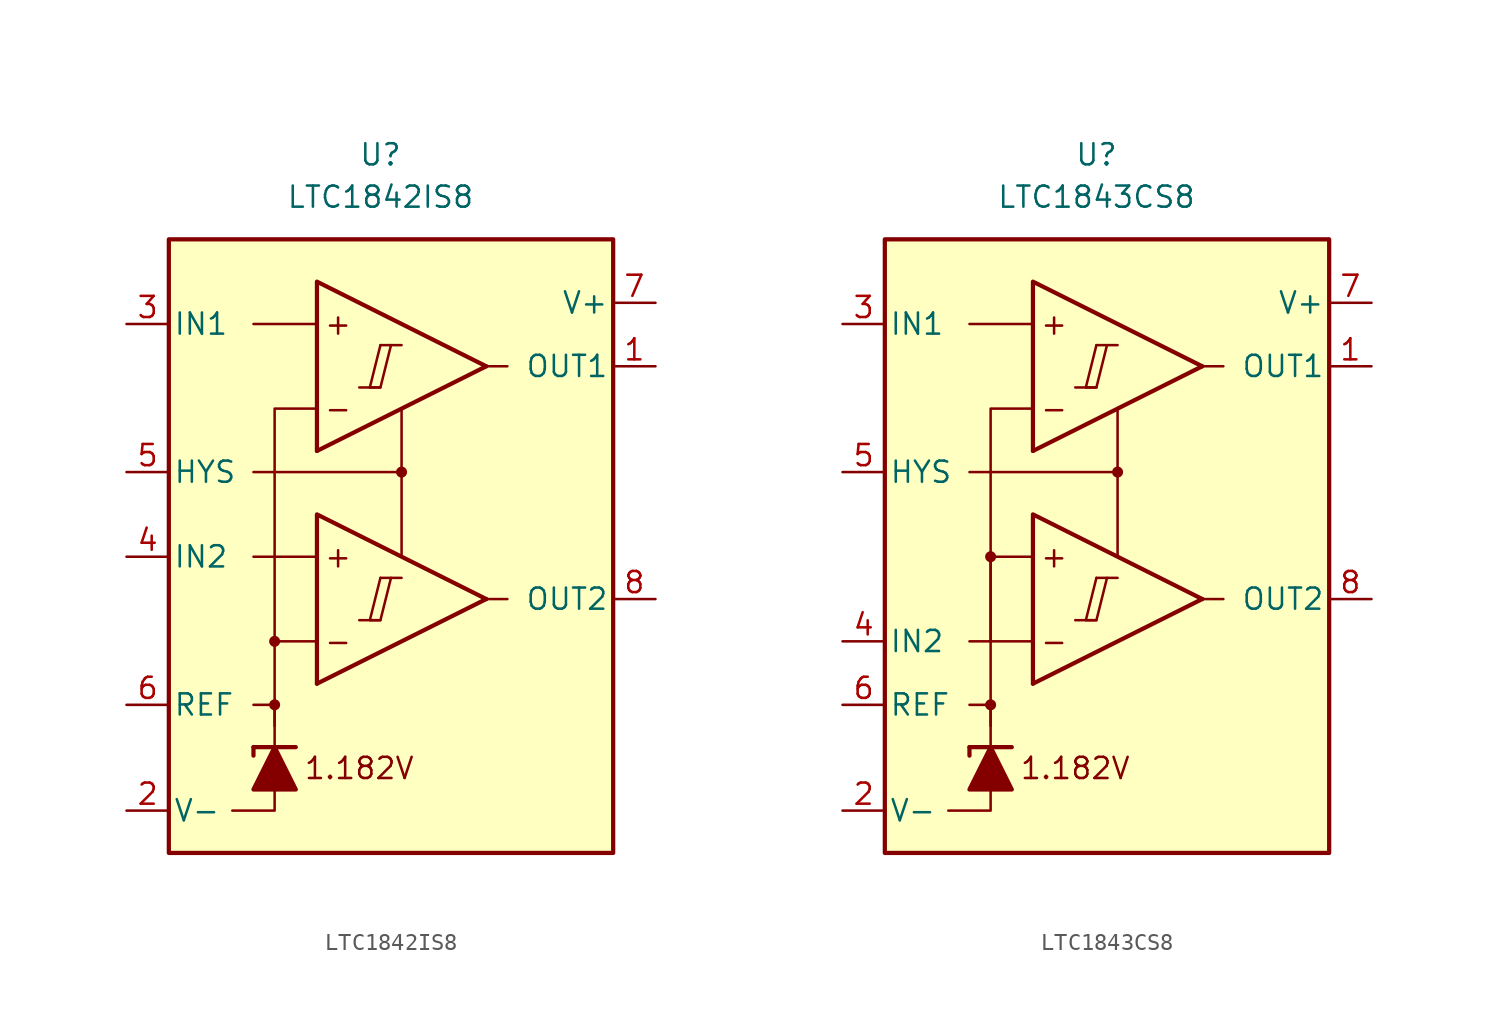
<source format=kicad_sym>
(kicad_symbol_lib
  (version 20211014)
  (generator kicad_symbol_editor)
  (symbol "LTC1842IS8"
    (pin_names
      (offset 0.254))
    (property "Reference" "U"
      (at -1.27 22.86 0)
      (effects (font (size 1.27 1.27))))
    (property "Value" "LTC1842IS8"
      (at -1.27 20.32 0)
      (effects (font (size 1.27 1.27))))
    (symbol "LTC1842IS8_0_0"
      (rectangle (start -13.97 17.78) (end 12.7 -19.05) (stroke (width 0.254) (type default) (color 0 0 0 0)) (fill (type background)))
      (circle (center -7.62 -10.16) (radius 0.254) (stroke (width 0.152) (type default) (color 0 0 0 0)) (fill (type outline)))
      (circle (center -7.62 -6.35) (radius 0.254) (stroke (width 0.152) (type default) (color 0 0 0 0)) (fill (type outline)))
      (polyline (pts (xy -2.54 -5.08) (xy -1.27 -5.08)) (stroke (width 0.152) (type default) (color 0 0 0 0)) (fill (type none)))
      (polyline (pts (xy -2.54 8.89) (xy -1.27 8.89)) (stroke (width 0.152) (type default) (color 0 0 0 0)) (fill (type none)))
      (polyline (pts (xy -1.27 -2.54) (xy 0 -2.54)) (stroke (width 0.152) (type default) (color 0 0 0 0)) (fill (type none)))
      (polyline (pts (xy -1.27 11.43) (xy 0 11.43)) (stroke (width 0.152) (type default) (color 0 0 0 0)) (fill (type none)))
      (polyline (pts (xy 5.08 -3.81) (xy -5.08 -8.89)) (stroke (width 0.254) (type default) (color 0 0 0 0)) (fill (type none)))
      (polyline (pts (xy 5.08 10.16) (xy -5.08 5.08)) (stroke (width 0.254) (type default) (color 0 0 0 0)) (fill (type none)))
      (polyline (pts (xy 5.08 -3.81) (xy -5.08 1.27) (xy -5.08 -8.89)) (stroke (width 0.254) (type default) (color 0 0 0 0)) (fill (type background)))
      (polyline (pts (xy 5.08 10.16) (xy -5.08 15.24) (xy -5.08 5.08)) (stroke (width 0.254) (type default) (color 0 0 0 0)) (fill (type background)))
      (polyline (pts (xy -1.27 -2.54) (xy -1.905 -5.08) (xy -1.27 -5.08) (xy -0.635 -2.54)) (stroke (width 0.152) (type default) (color 0 0 0 0)) (fill (type none)))
      (polyline (pts (xy -1.27 11.43) (xy -1.905 8.89) (xy -1.27 8.89) (xy -0.635 11.43)) (stroke (width 0.152) (type default) (color 0 0 0 0)) (fill (type none)))
      (circle (center 0 3.81) (radius 0.254) (stroke (width 0.152) (type default) (color 0 0 0 0)) (fill (type outline)))
      (text "+" (at -3.81 -1.27 0) (effects (font (size 1.27 1.27))))
      (text "+" (at -3.81 12.7 0) (effects (font (size 1.27 1.27))))
      (text "-" (at -3.81 -6.35 0) (effects (font (size 1.27 1.27))))
      (text "-" (at -3.81 7.62 0) (effects (font (size 1.27 1.27))))
      (text "1.182V" (at -2.54 -13.97 0) (effects (font (size 1.27 1.27)))))
    (symbol "LTC1842IS8_0_1"
      (polyline (pts (xy -8.89 -12.7) (xy -8.89 -13.208)) (stroke (width 0.254) (type default) (color 0 0 0 0)) (fill (type none)))
      (polyline (pts (xy -8.89 -12.7) (xy -6.35 -12.7)) (stroke (width 0.254) (type default) (color 0 0 0 0)) (fill (type none)))
      (polyline (pts (xy -5.08 -1.27) (xy -8.89 -1.27)) (stroke (width 0) (type default) (color 0 0 0 0)) (fill (type none)))
      (polyline (pts (xy -5.08 12.7) (xy -8.89 12.7)) (stroke (width 0) (type default) (color 0 0 0 0)) (fill (type none)))
      (polyline (pts (xy 0 3.81) (xy 0 -1.27)) (stroke (width 0) (type default) (color 0 0 0 0)) (fill (type none)))
      (polyline (pts (xy 5.08 -3.81) (xy 6.35 -3.81)) (stroke (width 0) (type default) (color 0 0 0 0)) (fill (type none)))
      (polyline (pts (xy 5.08 10.16) (xy 6.35 10.16)) (stroke (width 0) (type default) (color 0 0 0 0)) (fill (type none)))
      (polyline (pts (xy -7.62 -15.24) (xy -7.62 -16.51) (xy -10.16 -16.51)) (stroke (width 0) (type default) (color 0 0 0 0)) (fill (type none)))
      (polyline (pts (xy -7.62 -12.7) (xy -7.62 -10.16) (xy -8.89 -10.16)) (stroke (width 0) (type default) (color 0 0 0 0)) (fill (type none)))
      (polyline (pts (xy -7.62 -11.43) (xy -7.62 -6.35) (xy -5.08 -6.35)) (stroke (width 0) (type default) (color 0 0 0 0)) (fill (type none)))
      (polyline (pts (xy -7.62 -6.35) (xy -7.62 7.62) (xy -5.08 7.62)) (stroke (width 0) (type default) (color 0 0 0 0)) (fill (type none)))
      (polyline (pts (xy 0 7.62) (xy 0 3.81) (xy -8.89 3.81)) (stroke (width 0) (type default) (color 0 0 0 0)) (fill (type none)))
      (polyline (pts (xy -6.35 -15.24) (xy -8.89 -15.24) (xy -7.62 -12.7) (xy -6.35 -15.24)) (stroke (width 0.254) (type default) (color 0 0 0 0)) (fill (type outline))))
    (symbol "LTC1842IS8_1_1"
      (pin output line (at 15.24 10.16 180) (length 2.54) (name "OUT1" (effects (font (size 1.27 1.27)))) (number "1" (effects (font (size 1.27 1.27)))))
      (pin power_in line (at -16.51 -16.51 0) (length 2.54) (name "V-" (effects (font (size 1.27 1.27)))) (number "2" (effects (font (size 1.27 1.27)))))
      (pin input line (at -16.51 12.7 0) (length 2.54) (name "IN1" (effects (font (size 1.27 1.27)))) (number "3" (effects (font (size 1.27 1.27)))))
      (pin input line (at -16.51 -1.27 0) (length 2.54) (name "IN2" (effects (font (size 1.27 1.27)))) (number "4" (effects (font (size 1.27 1.27)))))
      (pin input line (at -16.51 3.81 0) (length 2.54) (name "HYS" (effects (font (size 1.27 1.27)))) (number "5" (effects (font (size 1.27 1.27)))))
      (pin output line (at -16.51 -10.16 0) (length 2.54) (name "REF" (effects (font (size 1.27 1.27)))) (number "6" (effects (font (size 1.27 1.27)))))
      (pin power_in line (at 15.24 13.97 180) (length 2.54) (name "V+" (effects (font (size 1.27 1.27)))) (number "7" (effects (font (size 1.27 1.27)))))
      (pin output line (at 15.24 -3.81 180) (length 2.54) (name "OUT2" (effects (font (size 1.27 1.27)))) (number "8" (effects (font (size 1.27 1.27)))))))
  (symbol "LTC1843CS8"
    (pin_names
      (offset 0.254))
    (property "Reference" "U"
      (at -1.27 22.86 0)
      (effects (font (size 1.27 1.27))))
    (property "Value" "LTC1843CS8"
      (at -1.27 20.32 0)
      (effects (font (size 1.27 1.27))))
    (symbol "LTC1843CS8_0_0"
      (rectangle (start -13.97 17.78) (end 12.7 -19.05) (stroke (width 0.254) (type default) (color 0 0 0 0)) (fill (type background)))
      (circle (center -7.62 -10.16) (radius 0.254) (stroke (width 0.152) (type default) (color 0 0 0 0)) (fill (type outline)))
      (circle (center -7.62 -1.27) (radius 0.254) (stroke (width 0.152) (type default) (color 0 0 0 0)) (fill (type outline)))
      (polyline (pts (xy -2.54 -5.08) (xy -1.27 -5.08)) (stroke (width 0.152) (type default) (color 0 0 0 0)) (fill (type none)))
      (polyline (pts (xy -2.54 8.89) (xy -1.27 8.89)) (stroke (width 0.152) (type default) (color 0 0 0 0)) (fill (type none)))
      (polyline (pts (xy -1.27 -2.54) (xy 0 -2.54)) (stroke (width 0.152) (type default) (color 0 0 0 0)) (fill (type none)))
      (polyline (pts (xy -1.27 11.43) (xy 0 11.43)) (stroke (width 0.152) (type default) (color 0 0 0 0)) (fill (type none)))
      (polyline (pts (xy 5.08 -3.81) (xy -5.08 -8.89)) (stroke (width 0.254) (type default) (color 0 0 0 0)) (fill (type none)))
      (polyline (pts (xy 5.08 10.16) (xy -5.08 5.08)) (stroke (width 0.254) (type default) (color 0 0 0 0)) (fill (type none)))
      (polyline (pts (xy 5.08 -3.81) (xy -5.08 1.27) (xy -5.08 -8.89)) (stroke (width 0.254) (type default) (color 0 0 0 0)) (fill (type background)))
      (polyline (pts (xy 5.08 10.16) (xy -5.08 15.24) (xy -5.08 5.08)) (stroke (width 0.254) (type default) (color 0 0 0 0)) (fill (type background)))
      (polyline (pts (xy -1.27 -2.54) (xy -1.905 -5.08) (xy -1.27 -5.08) (xy -0.635 -2.54)) (stroke (width 0.152) (type default) (color 0 0 0 0)) (fill (type none)))
      (polyline (pts (xy -1.27 11.43) (xy -1.905 8.89) (xy -1.27 8.89) (xy -0.635 11.43)) (stroke (width 0.152) (type default) (color 0 0 0 0)) (fill (type none)))
      (circle (center 0 3.81) (radius 0.254) (stroke (width 0.152) (type default) (color 0 0 0 0)) (fill (type outline)))
      (text "+" (at -3.81 -1.27 0) (effects (font (size 1.27 1.27))))
      (text "+" (at -3.81 12.7 0) (effects (font (size 1.27 1.27))))
      (text "-" (at -3.81 -6.35 0) (effects (font (size 1.27 1.27))))
      (text "-" (at -3.81 7.62 0) (effects (font (size 1.27 1.27))))
      (text "1.182V" (at -2.54 -13.97 0) (effects (font (size 1.27 1.27)))))
    (symbol "LTC1843CS8_0_1"
      (polyline (pts (xy -8.89 -12.7) (xy -8.89 -13.208)) (stroke (width 0.254) (type default) (color 0 0 0 0)) (fill (type none)))
      (polyline (pts (xy -8.89 -12.7) (xy -6.35 -12.7)) (stroke (width 0.254) (type default) (color 0 0 0 0)) (fill (type none)))
      (polyline (pts (xy -5.08 -6.35) (xy -8.89 -6.35)) (stroke (width 0) (type default) (color 0 0 0 0)) (fill (type none)))
      (polyline (pts (xy -5.08 12.7) (xy -8.89 12.7)) (stroke (width 0) (type default) (color 0 0 0 0)) (fill (type none)))
      (polyline (pts (xy 0 3.81) (xy 0 -1.27)) (stroke (width 0) (type default) (color 0 0 0 0)) (fill (type none)))
      (polyline (pts (xy 5.08 -3.81) (xy 6.35 -3.81)) (stroke (width 0) (type default) (color 0 0 0 0)) (fill (type none)))
      (polyline (pts (xy 5.08 10.16) (xy 6.35 10.16)) (stroke (width 0) (type default) (color 0 0 0 0)) (fill (type none)))
      (polyline (pts (xy -7.62 -15.24) (xy -7.62 -16.51) (xy -10.16 -16.51)) (stroke (width 0) (type default) (color 0 0 0 0)) (fill (type none)))
      (polyline (pts (xy -7.62 -12.7) (xy -7.62 -10.16) (xy -8.89 -10.16)) (stroke (width 0) (type default) (color 0 0 0 0)) (fill (type none)))
      (polyline (pts (xy -7.62 -11.43) (xy -7.62 -1.27) (xy -5.08 -1.27)) (stroke (width 0) (type default) (color 0 0 0 0)) (fill (type none)))
      (polyline (pts (xy -7.62 -6.35) (xy -7.62 7.62) (xy -5.08 7.62)) (stroke (width 0) (type default) (color 0 0 0 0)) (fill (type none)))
      (polyline (pts (xy 0 7.62) (xy 0 3.81) (xy -8.89 3.81)) (stroke (width 0) (type default) (color 0 0 0 0)) (fill (type none)))
      (polyline (pts (xy -6.35 -15.24) (xy -8.89 -15.24) (xy -7.62 -12.7) (xy -6.35 -15.24)) (stroke (width 0.254) (type default) (color 0 0 0 0)) (fill (type outline))))
    (symbol "LTC1843CS8_1_1"
      (pin output line (at 15.24 10.16 180) (length 2.54) (name "OUT1" (effects (font (size 1.27 1.27)))) (number "1" (effects (font (size 1.27 1.27)))))
      (pin power_in line (at -16.51 -16.51 0) (length 2.54) (name "V-" (effects (font (size 1.27 1.27)))) (number "2" (effects (font (size 1.27 1.27)))))
      (pin input line (at -16.51 12.7 0) (length 2.54) (name "IN1" (effects (font (size 1.27 1.27)))) (number "3" (effects (font (size 1.27 1.27)))))
      (pin input line (at -16.51 -6.35 0) (length 2.54) (name "IN2" (effects (font (size 1.27 1.27)))) (number "4" (effects (font (size 1.27 1.27)))))
      (pin input line (at -16.51 3.81 0) (length 2.54) (name "HYS" (effects (font (size 1.27 1.27)))) (number "5" (effects (font (size 1.27 1.27)))))
      (pin output line (at -16.51 -10.16 0) (length 2.54) (name "REF" (effects (font (size 1.27 1.27)))) (number "6" (effects (font (size 1.27 1.27)))))
      (pin power_in line (at 15.24 13.97 180) (length 2.54) (name "V+" (effects (font (size 1.27 1.27)))) (number "7" (effects (font (size 1.27 1.27)))))
      (pin output line (at 15.24 -3.81 180) (length 2.54) (name "OUT2" (effects (font (size 1.27 1.27)))) (number "8" (effects (font (size 1.27 1.27))))))))
</source>
